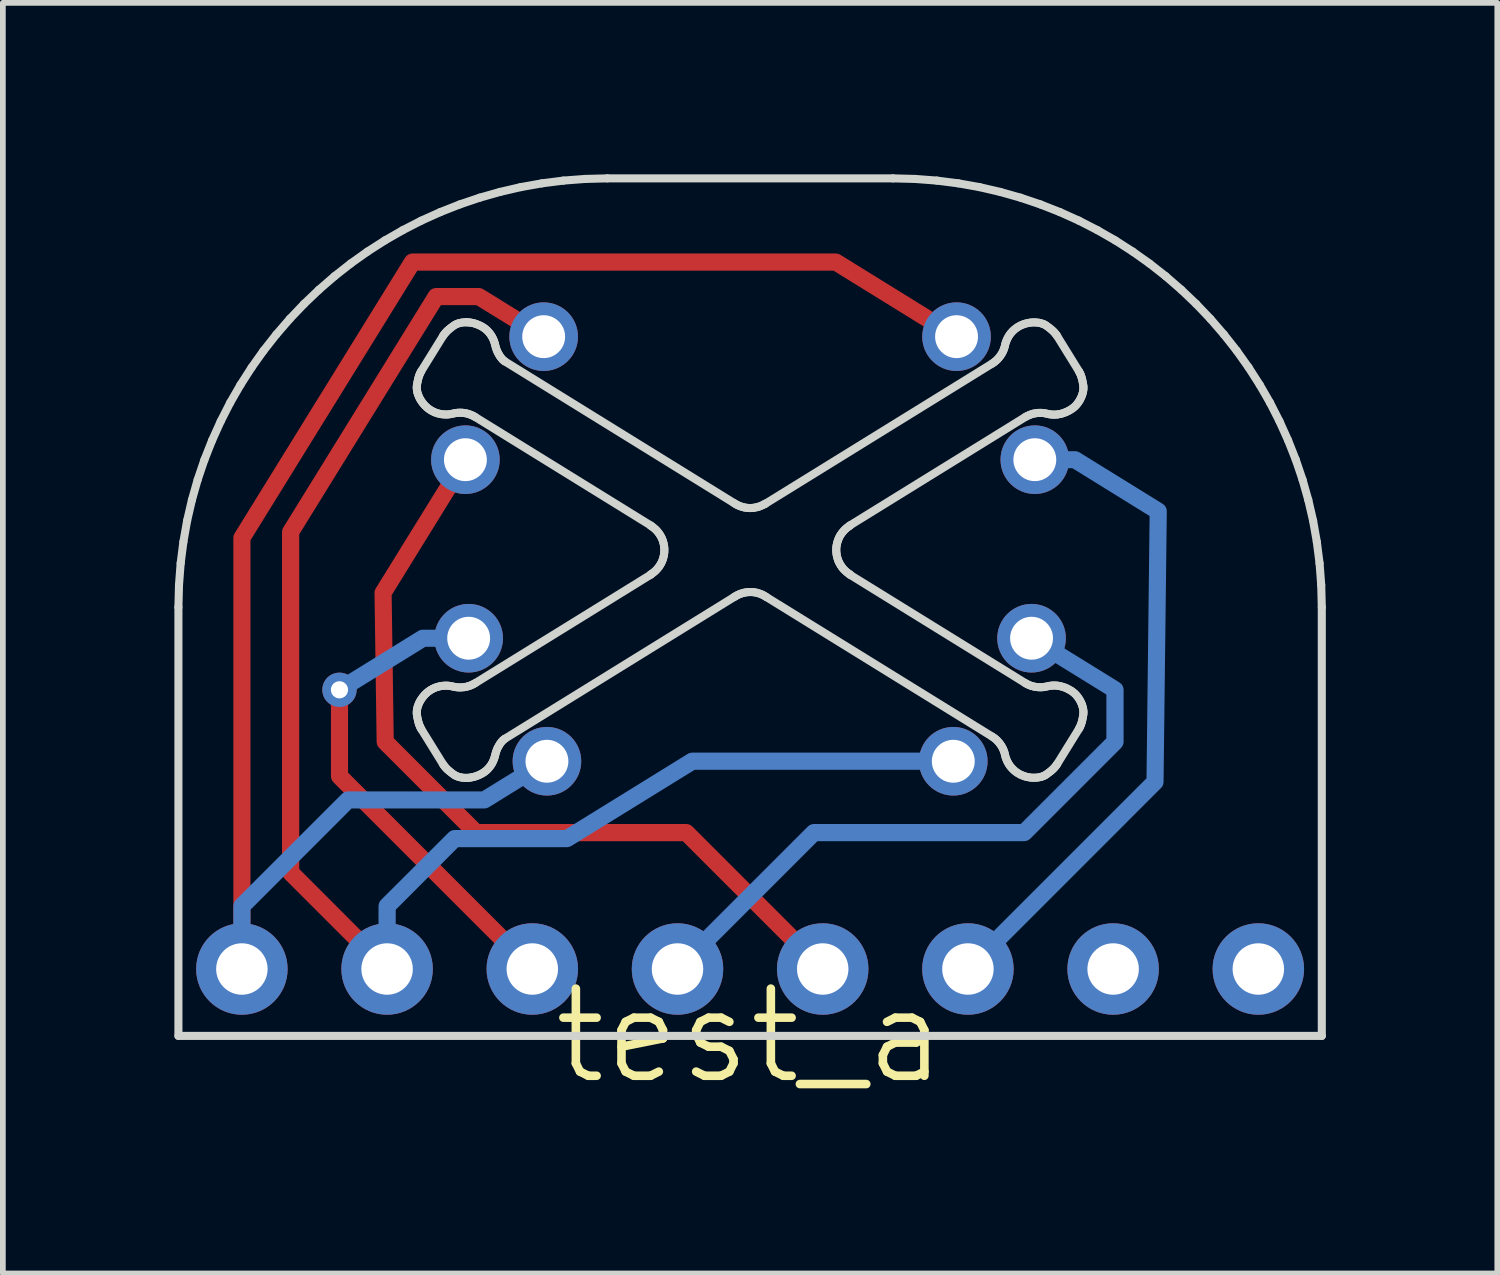
<source format=kicad_pcb>
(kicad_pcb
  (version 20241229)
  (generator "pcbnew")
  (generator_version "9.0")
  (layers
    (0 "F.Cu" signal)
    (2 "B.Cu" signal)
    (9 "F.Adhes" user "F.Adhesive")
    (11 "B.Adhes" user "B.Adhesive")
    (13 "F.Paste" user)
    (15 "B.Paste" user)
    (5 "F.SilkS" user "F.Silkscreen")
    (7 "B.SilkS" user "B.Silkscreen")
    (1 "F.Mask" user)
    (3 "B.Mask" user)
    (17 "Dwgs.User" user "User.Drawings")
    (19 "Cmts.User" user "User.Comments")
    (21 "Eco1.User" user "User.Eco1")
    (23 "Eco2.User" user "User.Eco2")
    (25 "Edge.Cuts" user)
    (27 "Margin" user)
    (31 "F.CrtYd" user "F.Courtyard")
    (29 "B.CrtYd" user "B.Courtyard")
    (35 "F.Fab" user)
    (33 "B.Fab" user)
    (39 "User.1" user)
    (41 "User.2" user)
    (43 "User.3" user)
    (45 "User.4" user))
  (footprint "test_a"
    (layer "F.Cu")
    (at 10.071 15.07)
    (property "Reference" "test_a" (at 0 0 0) (layer "F.SilkS") (effects (font (size 1.524 1.524) (thickness 0.15))))
    (attr through_hole)
    (fp_poly (pts (xy -7.186 -6.207) (xy -7.225 -6.201) (xy -7.26 -6.185) (xy -7.29 -6.161) (xy -7.313 -6.13) (xy -7.327 -6.094) (xy -7.332 -6.055) (xy -7.332 -4.543) (xy -7.327 -4.504) (xy -7.313 -4.469) (xy -7.289 -4.437) (xy -3.916 -1.064) (xy -3.86 -1.023) (xy -3.802 -1.012) (xy -3.746 -1.025) (xy -3.699 -1.058) (xy -3.666 -1.105) (xy -3.651 -1.161) (xy -3.662 -1.219) (xy -3.703 -1.275) (xy -7.033 -4.605) (xy -7.033 -6.055) (xy -7.038 -6.095) (xy -7.053 -6.132) (xy -7.077 -6.163) (xy -7.108 -6.187) (xy -7.145 -6.202) (xy -7.186 -6.207)) (stroke (width 0.000001) (type solid)) (fill yes) (layer "F.Cu"))
    (fp_poly (pts (xy -5.906 -13.686) (xy -5.945 -13.681) (xy -5.98 -13.666) (xy -6.011 -13.644) (xy -6.035 -13.613) (xy -9.018 -8.789) (xy -9.03 -8.764) (xy -9.037 -8.737) (xy -9.039 -8.709) (xy -9.039 -1.17) (xy -9.031 -1.098) (xy -8.998 -1.047) (xy -8.948 -1.017) (xy -8.89 -1.006) (xy -8.831 -1.017) (xy -8.781 -1.047) (xy -8.748 -1.098) (xy -8.74 -1.17) (xy -8.74 -8.668) (xy -5.822 -13.385) (xy 1.459 -13.385) (xy 3.531 -12.104) (xy 3.596 -12.074) (xy 3.656 -12.075) (xy 3.708 -12.101) (xy 3.747 -12.145) (xy 3.769 -12.199) (xy 3.77 -12.258) (xy 3.745 -12.313) (xy 3.689 -12.357) (xy 1.58 -13.662) (xy 1.555 -13.675) (xy 1.528 -13.683) (xy 1.5 -13.686) (xy -5.906 -13.686)) (stroke (width 0.000001) (type solid)) (fill yes) (layer "F.Cu"))
    (fp_poly (pts (xy -5.506 -13.082) (xy -5.54 -13.075) (xy -5.571 -13.06) (xy -5.598 -13.039) (xy -5.619 -13.012) (xy -8.164 -8.895) (xy -8.177 -8.87) (xy -8.185 -8.844) (xy -8.188 -8.816) (xy -8.188 -2.857) (xy -8.182 -2.818) (xy -8.167 -2.781) (xy -8.143 -2.75) (xy -6.457 -1.064) (xy -6.401 -1.023) (xy -6.343 -1.012) (xy -6.287 -1.025) (xy -6.24 -1.058) (xy -6.207 -1.105) (xy -6.192 -1.161) (xy -6.203 -1.219) (xy -6.244 -1.275) (xy -7.887 -2.92) (xy -7.887 -8.773) (xy -5.408 -12.783) (xy -4.791 -12.783) (xy -3.689 -12.104) (xy -3.625 -12.074) (xy -3.564 -12.075) (xy -3.512 -12.101) (xy -3.473 -12.145) (xy -3.451 -12.2) (xy -3.451 -12.258) (xy -3.476 -12.313) (xy -3.531 -12.357) (xy -4.668 -13.061) (xy -4.693 -13.073) (xy -4.72 -13.08) (xy -4.748 -13.082) (xy -5.492 -13.082) (xy -5.506 -13.082) (xy -5.506 -13.082)) (stroke (width 0.000001) (type solid)) (fill yes) (layer "F.Cu"))
    (fp_poly (pts (xy -4.988 -10.23) (xy -5.024 -10.224) (xy -5.057 -10.209) (xy -5.085 -10.187) (xy -5.107 -10.158) (xy -6.547 -7.83) (xy -6.56 -7.804) (xy -6.568 -7.777) (xy -6.57 -7.748) (xy -6.533 -5.141) (xy -6.527 -5.103) (xy -6.512 -5.067) (xy -6.488 -5.037) (xy -4.902 -3.451) (xy -4.871 -3.427) (xy -4.836 -3.412) (xy -4.797 -3.406) (xy -1.178 -3.406) (xy 1.164 -1.064) (xy 1.22 -1.023) (xy 1.278 -1.012) (xy 1.334 -1.025) (xy 1.381 -1.058) (xy 1.415 -1.105) (xy 1.429 -1.161) (xy 1.418 -1.219) (xy 1.377 -1.275) (xy -1.01 -3.662) (xy -1.041 -3.687) (xy -1.078 -3.702) (xy -1.117 -3.707) (xy -4.734 -3.707) (xy -6.234 -5.207) (xy -6.27 -7.709) (xy -4.854 -10) (xy -4.834 -10.046) (xy -4.83 -10.092) (xy -4.841 -10.136) (xy -4.863 -10.175) (xy -4.897 -10.206) (xy -4.939 -10.225) (xy -4.988 -10.23)) (stroke (width 0.000001) (type solid)) (fill yes) (layer "F.Cu"))
    (fp_poly (pts (xy -5.738 -7.105) (xy -5.772 -7.098) (xy -5.803 -7.084) (xy -7.262 -6.181) (xy -7.311 -6.136) (xy -7.333 -6.082) (xy -7.332 -6.026) (xy -7.311 -5.974) (xy -7.274 -5.932) (xy -7.224 -5.906) (xy -7.166 -5.902) (xy -7.104 -5.926) (xy -5.68 -6.806) (xy -4.924 -6.806) (xy -4.852 -6.814) (xy -4.801 -6.848) (xy -4.771 -6.898) (xy -4.76 -6.956) (xy -4.771 -7.014) (xy -4.801 -7.064) (xy -4.852 -7.097) (xy -4.924 -7.105) (xy -5.723 -7.105) (xy -5.738 -7.105) (xy -5.738 -7.105)) (stroke (width 0.000001) (type solid)) (fill yes) (layer "B.Cu"))
    (fp_poly (pts (xy -3.566 -4.955) (xy -3.601 -4.947) (xy -3.633 -4.931) (xy -4.691 -4.277) (xy -7.031 -4.277) (xy -7.071 -4.273) (xy -7.107 -4.258) (xy -7.139 -4.234) (xy -8.996 -2.377) (xy -9.02 -2.345) (xy -9.034 -2.309) (xy -9.039 -2.269) (xy -9.039 -1.17) (xy -9.031 -1.098) (xy -8.998 -1.047) (xy -8.948 -1.016) (xy -8.89 -1.006) (xy -8.831 -1.016) (xy -8.781 -1.047) (xy -8.748 -1.098) (xy -8.74 -1.17) (xy -8.74 -2.207) (xy -6.971 -3.978) (xy -4.648 -3.978) (xy -4.621 -3.981) (xy -4.595 -3.988) (xy -4.57 -4) (xy -3.475 -4.678) (xy -3.433 -4.714) (xy -3.41 -4.758) (xy -3.403 -4.805) (xy -3.411 -4.853) (xy -3.432 -4.895) (xy -3.466 -4.929) (xy -3.512 -4.95) (xy -3.566 -4.955) (xy -3.566 -4.955)) (stroke (width 0.000001) (type solid)) (fill yes) (layer "B.Cu"))
    (fp_poly (pts (xy 4.965 -10.228) (xy 4.905 -10.209) (xy 4.863 -10.172) (xy 4.84 -10.125) (xy 4.834 -10.072) (xy 4.845 -10.02) (xy 4.874 -9.975) (xy 4.919 -9.943) (xy 4.98 -9.93) (xy 5.637 -9.93) (xy 6.988 -9.094) (xy 6.934 -4.506) (xy 3.703 -1.275) (xy 3.662 -1.219) (xy 3.651 -1.161) (xy 3.666 -1.105) (xy 3.699 -1.058) (xy 3.746 -1.025) (xy 3.802 -1.012) (xy 3.86 -1.023) (xy 3.916 -1.064) (xy 7.189 -4.338) (xy 7.213 -4.368) (xy 7.227 -4.403) (xy 7.232 -4.441) (xy 7.289 -9.176) (xy 7.285 -9.214) (xy 7.271 -9.249) (xy 7.249 -9.28) (xy 7.219 -9.305) (xy 5.76 -10.207) (xy 5.735 -10.219) (xy 5.708 -10.226) (xy 5.68 -10.228) (xy 4.98 -10.228) (xy 4.965 -10.228) (xy 4.965 -10.228)) (stroke (width 0.000001) (type solid)) (fill yes) (layer "B.Cu"))
    (fp_poly (pts (xy -1.014 -4.955) (xy -1.042 -4.952) (xy -1.069 -4.944) (xy -1.094 -4.931) (xy -3.246 -3.601) (xy -5.168 -3.601) (xy -5.207 -3.596) (xy -5.244 -3.581) (xy -5.275 -3.556) (xy -6.457 -2.377) (xy -6.481 -2.345) (xy -6.495 -2.309) (xy -6.5 -2.269) (xy -6.5 -1.17) (xy -6.487 -1.104) (xy -6.453 -1.057) (xy -6.405 -1.029) (xy -6.35 -1.019) (xy -6.294 -1.029) (xy -6.246 -1.057) (xy -6.212 -1.104) (xy -6.199 -1.17) (xy -6.199 -2.207) (xy -5.107 -3.301) (xy -3.203 -3.301) (xy -3.176 -3.304) (xy -3.149 -3.312) (xy -3.125 -3.324) (xy -0.971 -4.654) (xy 3.555 -4.654) (xy 3.62 -4.667) (xy 3.667 -4.701) (xy 3.696 -4.749) (xy 3.705 -4.804) (xy 3.696 -4.86) (xy 3.667 -4.908) (xy 3.62 -4.942) (xy 3.555 -4.955) (xy -1.014 -4.955)) (stroke (width 0.000001) (type solid)) (fill yes) (layer "B.Cu"))
    (fp_poly (pts (xy 4.916 -7.107) (xy 4.864 -7.097) (xy 4.823 -7.073) (xy 4.793 -7.037) (xy 4.775 -6.995) (xy 4.77 -6.949) (xy 4.779 -6.903) (xy 4.803 -6.862) (xy 4.844 -6.828) (xy 6.232 -5.971) (xy 6.232 -5.205) (xy 4.734 -3.707) (xy 1.117 -3.707) (xy 1.078 -3.702) (xy 1.041 -3.686) (xy 1.01 -3.662) (xy -1.377 -1.275) (xy -1.418 -1.219) (xy -1.429 -1.161) (xy -1.414 -1.105) (xy -1.381 -1.058) (xy -1.334 -1.025) (xy -1.278 -1.012) (xy -1.22 -1.023) (xy -1.164 -1.064) (xy 1.178 -3.406) (xy 4.797 -3.406) (xy 4.836 -3.412) (xy 4.871 -3.427) (xy 4.902 -3.451) (xy 6.488 -5.037) (xy 6.512 -5.068) (xy 6.528 -5.104) (xy 6.533 -5.142) (xy 6.533 -6.055) (xy 6.528 -6.092) (xy 6.514 -6.127) (xy 6.492 -6.157) (xy 6.463 -6.181) (xy 5.002 -7.084) (xy 4.975 -7.097) (xy 4.946 -7.105) (xy 4.916 -7.107) (xy 4.916 -7.107)) (stroke (width 0.000001) (type solid)) (fill yes) (layer "B.Cu"))
    (fp_line (start -10 -7.5) (end -10 0) (stroke (width 0.141) (type solid)) (layer "Edge.Cuts"))
    (fp_line (start -10 0) (end 10 0) (stroke (width 0.141) (type solid)) (layer "Edge.Cuts"))
    (fp_line (start -9.99 -7.886) (end -10 -7.5) (stroke (width 0.141) (type solid)) (layer "Edge.Cuts"))
    (fp_line (start -9.961 -8.267) (end -9.99 -7.886) (stroke (width 0.141) (type solid)) (layer "Edge.Cuts"))
    (fp_line (start -9.913 -8.642) (end -9.961 -8.267) (stroke (width 0.141) (type solid)) (layer "Edge.Cuts"))
    (fp_line (start -9.848 -9.011) (end -9.913 -8.642) (stroke (width 0.141) (type solid)) (layer "Edge.Cuts"))
    (fp_line (start -9.764 -9.374) (end -9.848 -9.011) (stroke (width 0.141) (type solid)) (layer "Edge.Cuts"))
    (fp_line (start -9.663 -9.73) (end -9.764 -9.374) (stroke (width 0.141) (type solid)) (layer "Edge.Cuts"))
    (fp_line (start -9.545 -10.078) (end -9.663 -9.73) (stroke (width 0.141) (type solid)) (layer "Edge.Cuts"))
    (fp_line (start -9.41 -10.419) (end -9.545 -10.078) (stroke (width 0.141) (type solid)) (layer "Edge.Cuts"))
    (fp_line (start -9.26 -10.751) (end -9.41 -10.419) (stroke (width 0.141) (type solid)) (layer "Edge.Cuts"))
    (fp_line (start -9.095 -11.075) (end -9.26 -10.751) (stroke (width 0.141) (type solid)) (layer "Edge.Cuts"))
    (fp_line (start -8.914 -11.389) (end -9.095 -11.075) (stroke (width 0.141) (type solid)) (layer "Edge.Cuts"))
    (fp_line (start -8.719 -11.693) (end -8.914 -11.389) (stroke (width 0.141) (type solid)) (layer "Edge.Cuts"))
    (fp_line (start -8.51 -11.987) (end -8.719 -11.693) (stroke (width 0.141) (type solid)) (layer "Edge.Cuts"))
    (fp_line (start -8.287 -12.27) (end -8.51 -11.987) (stroke (width 0.141) (type solid)) (layer "Edge.Cuts"))
    (fp_line (start -8.052 -12.542) (end -8.287 -12.27) (stroke (width 0.141) (type solid)) (layer "Edge.Cuts"))
    (fp_line (start -7.803 -12.803) (end -8.052 -12.542) (stroke (width 0.141) (type solid)) (layer "Edge.Cuts"))
    (fp_line (start -7.543 -13.051) (end -7.803 -12.803) (stroke (width 0.141) (type solid)) (layer "Edge.Cuts"))
    (fp_line (start -7.271 -13.287) (end -7.543 -13.051) (stroke (width 0.141) (type solid)) (layer "Edge.Cuts"))
    (fp_line (start -6.987 -13.51) (end -7.271 -13.287) (stroke (width 0.141) (type solid)) (layer "Edge.Cuts"))
    (fp_line (start -6.693 -13.719) (end -6.987 -13.51) (stroke (width 0.141) (type solid)) (layer "Edge.Cuts"))
    (fp_line (start -6.389 -13.914) (end -6.693 -13.719) (stroke (width 0.141) (type solid)) (layer "Edge.Cuts"))
    (fp_line (start -6.075 -14.094) (end -6.389 -13.914) (stroke (width 0.141) (type solid)) (layer "Edge.Cuts"))
    (fp_line (start -5.831 -11.35) (end -5.83 -11.317) (stroke (width 0.141) (type solid)) (layer "Edge.Cuts"))
    (fp_line (start -5.831 -5.646) (end -5.828 -5.614) (stroke (width 0.141) (type solid)) (layer "Edge.Cuts"))
    (fp_line (start -5.83 -5.68) (end -5.831 -5.646) (stroke (width 0.141) (type solid)) (layer "Edge.Cuts"))
    (fp_line (start -5.83 -11.317) (end -5.825 -11.281) (stroke (width 0.141) (type solid)) (layer "Edge.Cuts"))
    (fp_line (start -5.828 -11.382) (end -5.831 -11.35) (stroke (width 0.141) (type solid)) (layer "Edge.Cuts"))
    (fp_line (start -5.828 -5.614) (end -5.819 -5.562) (stroke (width 0.141) (type solid)) (layer "Edge.Cuts"))
    (fp_line (start -5.825 -11.281) (end -5.817 -11.245) (stroke (width 0.141) (type solid)) (layer "Edge.Cuts"))
    (fp_line (start -5.825 -5.715) (end -5.83 -5.68) (stroke (width 0.141) (type solid)) (layer "Edge.Cuts"))
    (fp_line (start -5.819 -11.434) (end -5.828 -11.382) (stroke (width 0.141) (type solid)) (layer "Edge.Cuts"))
    (fp_line (start -5.819 -5.562) (end -5.809 -5.517) (stroke (width 0.141) (type solid)) (layer "Edge.Cuts"))
    (fp_line (start -5.817 -11.245) (end -5.804 -11.208) (stroke (width 0.141) (type solid)) (layer "Edge.Cuts"))
    (fp_line (start -5.817 -5.751) (end -5.825 -5.715) (stroke (width 0.141) (type solid)) (layer "Edge.Cuts"))
    (fp_line (start -5.809 -11.479) (end -5.819 -11.434) (stroke (width 0.141) (type solid)) (layer "Edge.Cuts"))
    (fp_line (start -5.809 -5.517) (end -5.799 -5.478) (stroke (width 0.141) (type solid)) (layer "Edge.Cuts"))
    (fp_line (start -5.804 -5.788) (end -5.817 -5.751) (stroke (width 0.141) (type solid)) (layer "Edge.Cuts"))
    (fp_line (start -5.804 -11.208) (end -5.789 -11.172) (stroke (width 0.141) (type solid)) (layer "Edge.Cuts"))
    (fp_line (start -5.799 -11.518) (end -5.809 -11.479) (stroke (width 0.141) (type solid)) (layer "Edge.Cuts"))
    (fp_line (start -5.799 -5.478) (end -5.788 -5.444) (stroke (width 0.141) (type solid)) (layer "Edge.Cuts"))
    (fp_line (start -5.789 -11.172) (end -5.77 -11.135) (stroke (width 0.141) (type solid)) (layer "Edge.Cuts"))
    (fp_line (start -5.789 -5.825) (end -5.804 -5.788) (stroke (width 0.141) (type solid)) (layer "Edge.Cuts"))
    (fp_line (start -5.788 -11.552) (end -5.799 -11.518) (stroke (width 0.141) (type solid)) (layer "Edge.Cuts"))
    (fp_line (start -5.788 -5.444) (end -5.776 -5.415) (stroke (width 0.141) (type solid)) (layer "Edge.Cuts"))
    (fp_line (start -5.776 -11.581) (end -5.788 -11.552) (stroke (width 0.141) (type solid)) (layer "Edge.Cuts"))
    (fp_line (start -5.776 -5.415) (end -5.764 -5.389) (stroke (width 0.141) (type solid)) (layer "Edge.Cuts"))
    (fp_line (start -5.77 -5.861) (end -5.789 -5.825) (stroke (width 0.141) (type solid)) (layer "Edge.Cuts"))
    (fp_line (start -5.77 -11.135) (end -5.747 -11.099) (stroke (width 0.141) (type solid)) (layer "Edge.Cuts"))
    (fp_line (start -5.764 -11.607) (end -5.776 -11.581) (stroke (width 0.141) (type solid)) (layer "Edge.Cuts"))
    (fp_line (start -5.764 -5.389) (end -5.75 -5.364) (stroke (width 0.141) (type solid)) (layer "Edge.Cuts"))
    (fp_line (start -5.752 -14.26) (end -6.075 -14.094) (stroke (width 0.141) (type solid)) (layer "Edge.Cuts"))
    (fp_line (start -5.75 -11.632) (end -5.764 -11.607) (stroke (width 0.141) (type solid)) (layer "Edge.Cuts"))
    (fp_line (start -5.75 -5.364) (end -5.373 -4.755) (stroke (width 0.141) (type solid)) (layer "Edge.Cuts"))
    (fp_line (start -5.747 -5.897) (end -5.77 -5.861) (stroke (width 0.141) (type solid)) (layer "Edge.Cuts"))
    (fp_line (start -5.747 -11.099) (end -5.721 -11.064) (stroke (width 0.141) (type solid)) (layer "Edge.Cuts"))
    (fp_line (start -5.721 -5.932) (end -5.747 -5.897) (stroke (width 0.141) (type solid)) (layer "Edge.Cuts"))
    (fp_line (start -5.721 -11.064) (end -5.692 -11.03) (stroke (width 0.141) (type solid)) (layer "Edge.Cuts"))
    (fp_line (start -5.692 -5.966) (end -5.721 -5.932) (stroke (width 0.141) (type solid)) (layer "Edge.Cuts"))
    (fp_line (start -5.692 -11.03) (end -5.66 -10.999) (stroke (width 0.141) (type solid)) (layer "Edge.Cuts"))
    (fp_line (start -5.66 -10.999) (end -5.625 -10.97) (stroke (width 0.141) (type solid)) (layer "Edge.Cuts"))
    (fp_line (start -5.66 -5.997) (end -5.692 -5.966) (stroke (width 0.141) (type solid)) (layer "Edge.Cuts"))
    (fp_line (start -5.625 -10.97) (end -5.587 -10.944) (stroke (width 0.141) (type solid)) (layer "Edge.Cuts"))
    (fp_line (start -5.625 -6.026) (end -5.66 -5.997) (stroke (width 0.141) (type solid)) (layer "Edge.Cuts"))
    (fp_line (start -5.587 -10.944) (end -5.551 -10.924) (stroke (width 0.141) (type solid)) (layer "Edge.Cuts"))
    (fp_line (start -5.587 -6.052) (end -5.625 -6.026) (stroke (width 0.141) (type solid)) (layer "Edge.Cuts"))
    (fp_line (start -5.551 -10.924) (end -5.514 -10.907) (stroke (width 0.141) (type solid)) (layer "Edge.Cuts"))
    (fp_line (start -5.551 -6.072) (end -5.587 -6.052) (stroke (width 0.141) (type solid)) (layer "Edge.Cuts"))
    (fp_line (start -5.514 -10.907) (end -5.476 -10.893) (stroke (width 0.141) (type solid)) (layer "Edge.Cuts"))
    (fp_line (start -5.514 -6.089) (end -5.551 -6.072) (stroke (width 0.141) (type solid)) (layer "Edge.Cuts"))
    (fp_line (start -5.476 -10.893) (end -5.438 -10.883) (stroke (width 0.141) (type solid)) (layer "Edge.Cuts"))
    (fp_line (start -5.476 -6.103) (end -5.514 -6.089) (stroke (width 0.141) (type solid)) (layer "Edge.Cuts"))
    (fp_line (start -5.438 -10.883) (end -5.398 -10.875) (stroke (width 0.141) (type solid)) (layer "Edge.Cuts"))
    (fp_line (start -5.438 -6.113) (end -5.476 -6.103) (stroke (width 0.141) (type solid)) (layer "Edge.Cuts"))
    (fp_line (start -5.419 -14.41) (end -5.752 -14.26) (stroke (width 0.141) (type solid)) (layer "Edge.Cuts"))
    (fp_line (start -5.398 -10.875) (end -5.358 -10.871) (stroke (width 0.141) (type solid)) (layer "Edge.Cuts"))
    (fp_line (start -5.398 -6.121) (end -5.438 -6.113) (stroke (width 0.141) (type solid)) (layer "Edge.Cuts"))
    (fp_line (start -5.373 -12.241) (end -5.75 -11.632) (stroke (width 0.141) (type solid)) (layer "Edge.Cuts"))
    (fp_line (start -5.373 -4.755) (end -5.357 -4.731) (stroke (width 0.141) (type solid)) (layer "Edge.Cuts"))
    (fp_line (start -5.358 -10.871) (end -5.318 -10.869) (stroke (width 0.141) (type solid)) (layer "Edge.Cuts"))
    (fp_line (start -5.358 -6.125) (end -5.398 -6.121) (stroke (width 0.141) (type solid)) (layer "Edge.Cuts"))
    (fp_line (start -5.357 -12.265) (end -5.373 -12.241) (stroke (width 0.141) (type solid)) (layer "Edge.Cuts"))
    (fp_line (start -5.357 -4.731) (end -5.339 -4.708) (stroke (width 0.141) (type solid)) (layer "Edge.Cuts"))
    (fp_line (start -5.339 -12.288) (end -5.357 -12.265) (stroke (width 0.141) (type solid)) (layer "Edge.Cuts"))
    (fp_line (start -5.339 -4.708) (end -5.318 -4.684) (stroke (width 0.141) (type solid)) (layer "Edge.Cuts"))
    (fp_line (start -5.318 -12.312) (end -5.339 -12.288) (stroke (width 0.141) (type solid)) (layer "Edge.Cuts"))
    (fp_line (start -5.318 -4.684) (end -5.293 -4.659) (stroke (width 0.141) (type solid)) (layer "Edge.Cuts"))
    (fp_line (start -5.318 -10.869) (end -5.278 -10.871) (stroke (width 0.141) (type solid)) (layer "Edge.Cuts"))
    (fp_line (start -5.318 -6.127) (end -5.358 -6.125) (stroke (width 0.141) (type solid)) (layer "Edge.Cuts"))
    (fp_line (start -5.293 -12.337) (end -5.318 -12.312) (stroke (width 0.141) (type solid)) (layer "Edge.Cuts"))
    (fp_line (start -5.293 -4.659) (end -5.263 -4.633) (stroke (width 0.141) (type solid)) (layer "Edge.Cuts"))
    (fp_line (start -5.278 -10.871) (end -5.238 -10.877) (stroke (width 0.141) (type solid)) (layer "Edge.Cuts"))
    (fp_line (start -5.278 -6.125) (end -5.318 -6.127) (stroke (width 0.141) (type solid)) (layer "Edge.Cuts"))
    (fp_line (start -5.263 -12.363) (end -5.293 -12.337) (stroke (width 0.141) (type solid)) (layer "Edge.Cuts"))
    (fp_line (start -5.263 -4.633) (end -5.227 -4.604) (stroke (width 0.141) (type solid)) (layer "Edge.Cuts"))
    (fp_line (start -5.238 -10.877) (end -5.198 -10.885) (stroke (width 0.141) (type solid)) (layer "Edge.Cuts"))
    (fp_line (start -5.238 -6.119) (end -5.278 -6.125) (stroke (width 0.141) (type solid)) (layer "Edge.Cuts"))
    (fp_line (start -5.227 -12.392) (end -5.263 -12.363) (stroke (width 0.141) (type solid)) (layer "Edge.Cuts"))
    (fp_line (start -5.227 -4.604) (end -5.184 -4.572) (stroke (width 0.141) (type solid)) (layer "Edge.Cuts"))
    (fp_line (start -5.198 -10.885) (end -5.158 -10.894) (stroke (width 0.141) (type solid)) (layer "Edge.Cuts"))
    (fp_line (start -5.198 -6.111) (end -5.238 -6.119) (stroke (width 0.141) (type solid)) (layer "Edge.Cuts"))
    (fp_line (start -5.184 -12.424) (end -5.227 -12.392) (stroke (width 0.141) (type solid)) (layer "Edge.Cuts"))
    (fp_line (start -5.184 -4.572) (end -5.155 -4.554) (stroke (width 0.141) (type solid)) (layer "Edge.Cuts"))
    (fp_line (start -5.158 -10.894) (end -5.118 -10.899) (stroke (width 0.141) (type solid)) (layer "Edge.Cuts"))
    (fp_line (start -5.158 -6.102) (end -5.198 -6.111) (stroke (width 0.141) (type solid)) (layer "Edge.Cuts"))
    (fp_line (start -5.155 -12.442) (end -5.184 -12.424) (stroke (width 0.141) (type solid)) (layer "Edge.Cuts"))
    (fp_line (start -5.155 -4.554) (end -5.121 -4.539) (stroke (width 0.141) (type solid)) (layer "Edge.Cuts"))
    (fp_line (start -5.121 -12.457) (end -5.155 -12.442) (stroke (width 0.141) (type solid)) (layer "Edge.Cuts"))
    (fp_line (start -5.121 -4.539) (end -5.085 -4.527) (stroke (width 0.141) (type solid)) (layer "Edge.Cuts"))
    (fp_line (start -5.118 -10.899) (end -5.077 -10.901) (stroke (width 0.141) (type solid)) (layer "Edge.Cuts"))
    (fp_line (start -5.118 -6.097) (end -5.158 -6.102) (stroke (width 0.141) (type solid)) (layer "Edge.Cuts"))
    (fp_line (start -5.085 -12.469) (end -5.121 -12.457) (stroke (width 0.141) (type solid)) (layer "Edge.Cuts"))
    (fp_line (start -5.085 -4.527) (end -5.045 -4.519) (stroke (width 0.141) (type solid)) (layer "Edge.Cuts"))
    (fp_line (start -5.079 -14.544) (end -5.419 -14.41) (stroke (width 0.141) (type solid)) (layer "Edge.Cuts"))
    (fp_line (start -5.077 -10.901) (end -5.037 -10.9) (stroke (width 0.141) (type solid)) (layer "Edge.Cuts"))
    (fp_line (start -5.077 -6.095) (end -5.118 -6.097) (stroke (width 0.141) (type solid)) (layer "Edge.Cuts"))
    (fp_line (start -5.045 -12.477) (end -5.085 -12.469) (stroke (width 0.141) (type solid)) (layer "Edge.Cuts"))
    (fp_line (start -5.045 -4.519) (end -5.002 -4.514) (stroke (width 0.141) (type solid)) (layer "Edge.Cuts"))
    (fp_line (start -5.037 -10.9) (end -4.998 -10.895) (stroke (width 0.141) (type solid)) (layer "Edge.Cuts"))
    (fp_line (start -5.037 -6.097) (end -5.077 -6.095) (stroke (width 0.141) (type solid)) (layer "Edge.Cuts"))
    (fp_line (start -5.002 -12.482) (end -5.045 -12.477) (stroke (width 0.141) (type solid)) (layer "Edge.Cuts"))
    (fp_line (start -5.002 -4.514) (end -4.958 -4.513) (stroke (width 0.141) (type solid)) (layer "Edge.Cuts"))
    (fp_line (start -4.998 -10.895) (end -4.959 -10.888) (stroke (width 0.141) (type solid)) (layer "Edge.Cuts"))
    (fp_line (start -4.998 -6.101) (end -5.037 -6.097) (stroke (width 0.141) (type solid)) (layer "Edge.Cuts"))
    (fp_line (start -4.959 -10.888) (end -4.92 -10.877) (stroke (width 0.141) (type solid)) (layer "Edge.Cuts"))
    (fp_line (start -4.959 -6.108) (end -4.998 -6.101) (stroke (width 0.141) (type solid)) (layer "Edge.Cuts"))
    (fp_line (start -4.958 -12.483) (end -4.958 -12.483) (stroke (width 0.141) (type solid)) (layer "Edge.Cuts"))
    (fp_line (start -4.958 -12.483) (end -5.002 -12.482) (stroke (width 0.141) (type solid)) (layer "Edge.Cuts"))
    (fp_line (start -4.958 -4.513) (end -4.924 -4.515) (stroke (width 0.141) (type solid)) (layer "Edge.Cuts"))
    (fp_line (start -4.924 -12.481) (end -4.958 -12.483) (stroke (width 0.141) (type solid)) (layer "Edge.Cuts"))
    (fp_line (start -4.924 -4.515) (end -4.89 -4.519) (stroke (width 0.141) (type solid)) (layer "Edge.Cuts"))
    (fp_line (start -4.92 -10.877) (end -4.883 -10.863) (stroke (width 0.141) (type solid)) (layer "Edge.Cuts"))
    (fp_line (start -4.92 -6.119) (end -4.959 -6.108) (stroke (width 0.141) (type solid)) (layer "Edge.Cuts"))
    (fp_line (start -4.89 -12.477) (end -4.924 -12.481) (stroke (width 0.141) (type solid)) (layer "Edge.Cuts"))
    (fp_line (start -4.89 -4.519) (end -4.854 -4.526) (stroke (width 0.141) (type solid)) (layer "Edge.Cuts"))
    (fp_line (start -4.883 -10.863) (end -4.846 -10.847) (stroke (width 0.141) (type solid)) (layer "Edge.Cuts"))
    (fp_line (start -4.883 -6.133) (end -4.92 -6.119) (stroke (width 0.141) (type solid)) (layer "Edge.Cuts"))
    (fp_line (start -4.854 -12.471) (end -4.89 -12.477) (stroke (width 0.141) (type solid)) (layer "Edge.Cuts"))
    (fp_line (start -4.854 -4.526) (end -4.818 -4.535) (stroke (width 0.141) (type solid)) (layer "Edge.Cuts"))
    (fp_line (start -4.846 -10.847) (end -4.811 -10.827) (stroke (width 0.141) (type solid)) (layer "Edge.Cuts"))
    (fp_line (start -4.846 -6.15) (end -4.883 -6.133) (stroke (width 0.141) (type solid)) (layer "Edge.Cuts"))
    (fp_line (start -4.818 -12.461) (end -4.854 -12.471) (stroke (width 0.141) (type solid)) (layer "Edge.Cuts"))
    (fp_line (start -4.818 -4.535) (end -4.782 -4.547) (stroke (width 0.141) (type solid)) (layer "Edge.Cuts"))
    (fp_line (start -4.811 -10.827) (end -1.737 -8.927) (stroke (width 0.141) (type solid)) (layer "Edge.Cuts"))
    (fp_line (start -4.811 -6.169) (end -4.846 -6.15) (stroke (width 0.141) (type solid)) (layer "Edge.Cuts"))
    (fp_line (start -4.782 -12.449) (end -4.818 -12.461) (stroke (width 0.141) (type solid)) (layer "Edge.Cuts"))
    (fp_line (start -4.782 -4.547) (end -4.745 -4.562) (stroke (width 0.141) (type solid)) (layer "Edge.Cuts"))
    (fp_line (start -4.745 -12.434) (end -4.782 -12.449) (stroke (width 0.141) (type solid)) (layer "Edge.Cuts"))
    (fp_line (start -4.745 -4.562) (end -4.708 -4.58) (stroke (width 0.141) (type solid)) (layer "Edge.Cuts"))
    (fp_line (start -4.73 -14.662) (end -5.079 -14.544) (stroke (width 0.141) (type solid)) (layer "Edge.Cuts"))
    (fp_line (start -4.708 -12.416) (end -4.745 -12.434) (stroke (width 0.141) (type solid)) (layer "Edge.Cuts"))
    (fp_line (start -4.708 -4.58) (end -4.67 -4.602) (stroke (width 0.141) (type solid)) (layer "Edge.Cuts"))
    (fp_line (start -4.67 -12.394) (end -4.708 -12.416) (stroke (width 0.141) (type solid)) (layer "Edge.Cuts"))
    (fp_line (start -4.67 -4.602) (end -4.64 -4.622) (stroke (width 0.141) (type solid)) (layer "Edge.Cuts"))
    (fp_line (start -4.64 -12.374) (end -4.67 -12.394) (stroke (width 0.141) (type solid)) (layer "Edge.Cuts"))
    (fp_line (start -4.64 -4.622) (end -4.612 -4.645) (stroke (width 0.141) (type solid)) (layer "Edge.Cuts"))
    (fp_line (start -4.612 -12.351) (end -4.64 -12.374) (stroke (width 0.141) (type solid)) (layer "Edge.Cuts"))
    (fp_line (start -4.612 -4.645) (end -4.585 -4.671) (stroke (width 0.141) (type solid)) (layer "Edge.Cuts"))
    (fp_line (start -4.585 -12.325) (end -4.612 -12.351) (stroke (width 0.141) (type solid)) (layer "Edge.Cuts"))
    (fp_line (start -4.585 -4.671) (end -4.56 -4.7) (stroke (width 0.141) (type solid)) (layer "Edge.Cuts"))
    (fp_line (start -4.56 -12.296) (end -4.585 -12.325) (stroke (width 0.141) (type solid)) (layer "Edge.Cuts"))
    (fp_line (start -4.56 -4.7) (end -4.537 -4.731) (stroke (width 0.141) (type solid)) (layer "Edge.Cuts"))
    (fp_line (start -4.537 -12.265) (end -4.56 -12.296) (stroke (width 0.141) (type solid)) (layer "Edge.Cuts"))
    (fp_line (start -4.537 -4.731) (end -4.516 -4.764) (stroke (width 0.141) (type solid)) (layer "Edge.Cuts"))
    (fp_line (start -4.516 -12.232) (end -4.537 -12.265) (stroke (width 0.141) (type solid)) (layer "Edge.Cuts"))
    (fp_line (start -4.516 -4.764) (end -4.498 -4.799) (stroke (width 0.141) (type solid)) (layer "Edge.Cuts"))
    (fp_line (start -4.498 -12.197) (end -4.516 -12.232) (stroke (width 0.141) (type solid)) (layer "Edge.Cuts"))
    (fp_line (start -4.498 -4.799) (end -4.482 -4.836) (stroke (width 0.141) (type solid)) (layer "Edge.Cuts"))
    (fp_line (start -4.482 -12.161) (end -4.498 -12.197) (stroke (width 0.141) (type solid)) (layer "Edge.Cuts"))
    (fp_line (start -4.482 -4.836) (end -4.469 -4.874) (stroke (width 0.141) (type solid)) (layer "Edge.Cuts"))
    (fp_line (start -4.469 -12.123) (end -4.482 -12.161) (stroke (width 0.141) (type solid)) (layer "Edge.Cuts"))
    (fp_line (start -4.469 -4.874) (end -4.459 -4.913) (stroke (width 0.141) (type solid)) (layer "Edge.Cuts"))
    (fp_line (start -4.459 -12.083) (end -4.469 -12.123) (stroke (width 0.141) (type solid)) (layer "Edge.Cuts"))
    (fp_line (start -4.459 -4.913) (end -4.447 -4.957) (stroke (width 0.141) (type solid)) (layer "Edge.Cuts"))
    (fp_line (start -4.447 -12.04) (end -4.459 -12.083) (stroke (width 0.141) (type solid)) (layer "Edge.Cuts"))
    (fp_line (start -4.447 -4.957) (end -4.433 -4.998) (stroke (width 0.141) (type solid)) (layer "Edge.Cuts"))
    (fp_line (start -4.433 -11.998) (end -4.447 -12.04) (stroke (width 0.141) (type solid)) (layer "Edge.Cuts"))
    (fp_line (start -4.433 -4.998) (end -4.416 -5.038) (stroke (width 0.141) (type solid)) (layer "Edge.Cuts"))
    (fp_line (start -4.416 -11.959) (end -4.433 -11.998) (stroke (width 0.141) (type solid)) (layer "Edge.Cuts"))
    (fp_line (start -4.416 -5.038) (end -4.396 -5.074) (stroke (width 0.141) (type solid)) (layer "Edge.Cuts"))
    (fp_line (start -4.396 -11.922) (end -4.416 -11.959) (stroke (width 0.141) (type solid)) (layer "Edge.Cuts"))
    (fp_line (start -4.396 -5.074) (end -4.376 -5.107) (stroke (width 0.141) (type solid)) (layer "Edge.Cuts"))
    (fp_line (start -4.376 -11.889) (end -4.396 -11.922) (stroke (width 0.141) (type solid)) (layer "Edge.Cuts"))
    (fp_line (start -4.376 -5.107) (end -4.354 -5.137) (stroke (width 0.141) (type solid)) (layer "Edge.Cuts"))
    (fp_line (start -4.374 -14.763) (end -4.73 -14.662) (stroke (width 0.141) (type solid)) (layer "Edge.Cuts"))
    (fp_line (start -4.354 -11.86) (end -4.376 -11.889) (stroke (width 0.141) (type solid)) (layer "Edge.Cuts"))
    (fp_line (start -4.354 -5.137) (end -4.333 -5.162) (stroke (width 0.141) (type solid)) (layer "Edge.Cuts"))
    (fp_line (start -4.333 -11.834) (end -4.354 -11.86) (stroke (width 0.141) (type solid)) (layer "Edge.Cuts"))
    (fp_line (start -4.333 -5.162) (end -4.311 -5.182) (stroke (width 0.141) (type solid)) (layer "Edge.Cuts"))
    (fp_line (start -4.311 -11.814) (end -4.333 -11.834) (stroke (width 0.141) (type solid)) (layer "Edge.Cuts"))
    (fp_line (start -4.311 -5.182) (end -4.291 -5.197) (stroke (width 0.141) (type solid)) (layer "Edge.Cuts"))
    (fp_line (start -4.291 -11.799) (end -4.311 -11.814) (stroke (width 0.141) (type solid)) (layer "Edge.Cuts"))
    (fp_line (start -4.291 -5.197) (end -0.281 -7.676) (stroke (width 0.141) (type solid)) (layer "Edge.Cuts"))
    (fp_line (start -4.012 -14.847) (end -4.374 -14.763) (stroke (width 0.141) (type solid)) (layer "Edge.Cuts"))
    (fp_line (start -3.642 -14.913) (end -4.012 -14.847) (stroke (width 0.141) (type solid)) (layer "Edge.Cuts"))
    (fp_line (start -3.267 -14.961) (end -3.642 -14.913) (stroke (width 0.141) (type solid)) (layer "Edge.Cuts"))
    (fp_line (start -2.886 -14.99) (end -3.267 -14.961) (stroke (width 0.141) (type solid)) (layer "Edge.Cuts"))
    (fp_line (start -2.5 -15) (end -2.886 -14.99) (stroke (width 0.141) (type solid)) (layer "Edge.Cuts"))
    (fp_line (start -1.738 -8.924) (end -1.705 -8.902) (stroke (width 0.141) (type solid)) (layer "Edge.Cuts"))
    (fp_line (start -1.738 -8.072) (end -1.737 -8.069) (stroke (width 0.141) (type solid)) (layer "Edge.Cuts"))
    (fp_line (start -1.737 -8.927) (end -1.738 -8.924) (stroke (width 0.141) (type solid)) (layer "Edge.Cuts"))
    (fp_line (start -1.737 -8.069) (end -4.811 -6.169) (stroke (width 0.141) (type solid)) (layer "Edge.Cuts"))
    (fp_line (start -1.705 -8.902) (end -1.674 -8.877) (stroke (width 0.141) (type solid)) (layer "Edge.Cuts"))
    (fp_line (start -1.705 -8.095) (end -1.738 -8.072) (stroke (width 0.141) (type solid)) (layer "Edge.Cuts"))
    (fp_line (start -1.674 -8.877) (end -1.645 -8.851) (stroke (width 0.141) (type solid)) (layer "Edge.Cuts"))
    (fp_line (start -1.674 -8.119) (end -1.705 -8.095) (stroke (width 0.141) (type solid)) (layer "Edge.Cuts"))
    (fp_line (start -1.645 -8.851) (end -1.619 -8.822) (stroke (width 0.141) (type solid)) (layer "Edge.Cuts"))
    (fp_line (start -1.645 -8.146) (end -1.674 -8.119) (stroke (width 0.141) (type solid)) (layer "Edge.Cuts"))
    (fp_line (start -1.619 -8.822) (end -1.595 -8.791) (stroke (width 0.141) (type solid)) (layer "Edge.Cuts"))
    (fp_line (start -1.619 -8.175) (end -1.645 -8.146) (stroke (width 0.141) (type solid)) (layer "Edge.Cuts"))
    (fp_line (start -1.595 -8.791) (end -1.573 -8.759) (stroke (width 0.141) (type solid)) (layer "Edge.Cuts"))
    (fp_line (start -1.595 -8.205) (end -1.619 -8.175) (stroke (width 0.141) (type solid)) (layer "Edge.Cuts"))
    (fp_line (start -1.573 -8.759) (end -1.554 -8.725) (stroke (width 0.141) (type solid)) (layer "Edge.Cuts"))
    (fp_line (start -1.573 -8.238) (end -1.595 -8.205) (stroke (width 0.141) (type solid)) (layer "Edge.Cuts"))
    (fp_line (start -1.554 -8.725) (end -1.538 -8.69) (stroke (width 0.141) (type solid)) (layer "Edge.Cuts"))
    (fp_line (start -1.554 -8.271) (end -1.573 -8.238) (stroke (width 0.141) (type solid)) (layer "Edge.Cuts"))
    (fp_line (start -1.538 -8.69) (end -1.524 -8.653) (stroke (width 0.141) (type solid)) (layer "Edge.Cuts"))
    (fp_line (start -1.538 -8.307) (end -1.554 -8.271) (stroke (width 0.141) (type solid)) (layer "Edge.Cuts"))
    (fp_line (start -1.524 -8.653) (end -1.514 -8.616) (stroke (width 0.141) (type solid)) (layer "Edge.Cuts"))
    (fp_line (start -1.524 -8.343) (end -1.538 -8.307) (stroke (width 0.141) (type solid)) (layer "Edge.Cuts"))
    (fp_line (start -1.514 -8.616) (end -1.506 -8.577) (stroke (width 0.141) (type solid)) (layer "Edge.Cuts"))
    (fp_line (start -1.514 -8.381) (end -1.524 -8.343) (stroke (width 0.141) (type solid)) (layer "Edge.Cuts"))
    (fp_line (start -1.506 -8.577) (end -1.501 -8.538) (stroke (width 0.141) (type solid)) (layer "Edge.Cuts"))
    (fp_line (start -1.506 -8.419) (end -1.514 -8.381) (stroke (width 0.141) (type solid)) (layer "Edge.Cuts"))
    (fp_line (start -1.501 -8.538) (end -1.5 -8.498) (stroke (width 0.141) (type solid)) (layer "Edge.Cuts"))
    (fp_line (start -1.501 -8.458) (end -1.506 -8.419) (stroke (width 0.141) (type solid)) (layer "Edge.Cuts"))
    (fp_line (start -1.5 -8.498) (end -1.501 -8.458) (stroke (width 0.141) (type solid)) (layer "Edge.Cuts"))
    (fp_line (start -0.281 -9.32) (end -4.291 -11.799) (stroke (width 0.141) (type solid)) (layer "Edge.Cuts"))
    (fp_line (start -0.281 -7.676) (end -0.258 -7.69) (stroke (width 0.141) (type solid)) (layer "Edge.Cuts"))
    (fp_line (start -0.258 -7.69) (end -0.224 -7.709) (stroke (width 0.141) (type solid)) (layer "Edge.Cuts"))
    (fp_line (start -0.249 -9.3) (end -0.281 -9.32) (stroke (width 0.141) (type solid)) (layer "Edge.Cuts"))
    (fp_line (start -0.224 -7.709) (end -0.188 -7.726) (stroke (width 0.141) (type solid)) (layer "Edge.Cuts"))
    (fp_line (start -0.216 -9.283) (end -0.249 -9.3) (stroke (width 0.141) (type solid)) (layer "Edge.Cuts"))
    (fp_line (start -0.188 -7.726) (end -0.152 -7.739) (stroke (width 0.141) (type solid)) (layer "Edge.Cuts"))
    (fp_line (start -0.182 -9.268) (end -0.216 -9.283) (stroke (width 0.141) (type solid)) (layer "Edge.Cuts"))
    (fp_line (start -0.152 -7.739) (end -0.114 -7.75) (stroke (width 0.141) (type solid)) (layer "Edge.Cuts"))
    (fp_line (start -0.147 -9.256) (end -0.182 -9.268) (stroke (width 0.141) (type solid)) (layer "Edge.Cuts"))
    (fp_line (start -0.114 -7.75) (end -0.076 -7.758) (stroke (width 0.141) (type solid)) (layer "Edge.Cuts"))
    (fp_line (start -0.111 -9.246) (end -0.147 -9.256) (stroke (width 0.141) (type solid)) (layer "Edge.Cuts"))
    (fp_line (start -0.076 -7.758) (end -0.037 -7.762) (stroke (width 0.141) (type solid)) (layer "Edge.Cuts"))
    (fp_line (start -0.075 -9.239) (end -0.111 -9.246) (stroke (width 0.141) (type solid)) (layer "Edge.Cuts"))
    (fp_line (start -0.037 -9.235) (end -0.075 -9.239) (stroke (width 0.141) (type solid)) (layer "Edge.Cuts"))
    (fp_line (start -0.037 -7.762) (end 0.003 -7.764) (stroke (width 0.141) (type solid)) (layer "Edge.Cuts"))
    (fp_line (start 0 -9.233) (end -0.037 -9.235) (stroke (width 0.141) (type solid)) (layer "Edge.Cuts"))
    (fp_line (start 0.003 -7.764) (end 0.04 -7.763) (stroke (width 0.141) (type solid)) (layer "Edge.Cuts"))
    (fp_line (start 0.039 -9.235) (end 0 -9.233) (stroke (width 0.141) (type solid)) (layer "Edge.Cuts"))
    (fp_line (start 0.04 -7.763) (end 0.077 -7.759) (stroke (width 0.141) (type solid)) (layer "Edge.Cuts"))
    (fp_line (start 0.077 -7.759) (end 0.114 -7.752) (stroke (width 0.141) (type solid)) (layer "Edge.Cuts"))
    (fp_line (start 0.078 -9.24) (end 0.039 -9.235) (stroke (width 0.141) (type solid)) (layer "Edge.Cuts"))
    (fp_line (start 0.114 -7.752) (end 0.15 -7.742) (stroke (width 0.141) (type solid)) (layer "Edge.Cuts"))
    (fp_line (start 0.117 -9.248) (end 0.078 -9.24) (stroke (width 0.141) (type solid)) (layer "Edge.Cuts"))
    (fp_line (start 0.15 -7.742) (end 0.185 -7.73) (stroke (width 0.141) (type solid)) (layer "Edge.Cuts"))
    (fp_line (start 0.155 -9.258) (end 0.117 -9.248) (stroke (width 0.141) (type solid)) (layer "Edge.Cuts"))
    (fp_line (start 0.185 -7.73) (end 0.219 -7.715) (stroke (width 0.141) (type solid)) (layer "Edge.Cuts"))
    (fp_line (start 0.191 -9.272) (end 0.155 -9.258) (stroke (width 0.141) (type solid)) (layer "Edge.Cuts"))
    (fp_line (start 0.219 -7.715) (end 0.252 -7.697) (stroke (width 0.141) (type solid)) (layer "Edge.Cuts"))
    (fp_line (start 0.227 -9.288) (end 0.191 -9.272) (stroke (width 0.141) (type solid)) (layer "Edge.Cuts"))
    (fp_line (start 0.252 -7.697) (end 0.284 -7.677) (stroke (width 0.141) (type solid)) (layer "Edge.Cuts"))
    (fp_line (start 0.261 -9.308) (end 0.227 -9.288) (stroke (width 0.141) (type solid)) (layer "Edge.Cuts"))
    (fp_line (start 0.263 -9.306) (end 0.261 -9.308) (stroke (width 0.141) (type solid)) (layer "Edge.Cuts"))
    (fp_line (start 0.284 -7.677) (end 4.235 -5.235) (stroke (width 0.141) (type solid)) (layer "Edge.Cuts"))
    (fp_line (start 1.507 -8.499) (end 1.508 -8.539) (stroke (width 0.141) (type solid)) (layer "Edge.Cuts"))
    (fp_line (start 1.508 -8.539) (end 1.513 -8.578) (stroke (width 0.141) (type solid)) (layer "Edge.Cuts"))
    (fp_line (start 1.509 -8.459) (end 1.507 -8.499) (stroke (width 0.141) (type solid)) (layer "Edge.Cuts"))
    (fp_line (start 1.513 -8.578) (end 1.521 -8.616) (stroke (width 0.141) (type solid)) (layer "Edge.Cuts"))
    (fp_line (start 1.513 -8.42) (end 1.509 -8.459) (stroke (width 0.141) (type solid)) (layer "Edge.Cuts"))
    (fp_line (start 1.521 -8.616) (end 1.532 -8.654) (stroke (width 0.141) (type solid)) (layer "Edge.Cuts"))
    (fp_line (start 1.521 -8.381) (end 1.513 -8.42) (stroke (width 0.141) (type solid)) (layer "Edge.Cuts"))
    (fp_line (start 1.532 -8.654) (end 1.545 -8.69) (stroke (width 0.141) (type solid)) (layer "Edge.Cuts"))
    (fp_line (start 1.532 -8.344) (end 1.521 -8.381) (stroke (width 0.141) (type solid)) (layer "Edge.Cuts"))
    (fp_line (start 1.545 -8.69) (end 1.561 -8.726) (stroke (width 0.141) (type solid)) (layer "Edge.Cuts"))
    (fp_line (start 1.545 -8.307) (end 1.532 -8.344) (stroke (width 0.141) (type solid)) (layer "Edge.Cuts"))
    (fp_line (start 1.561 -8.726) (end 1.58 -8.76) (stroke (width 0.141) (type solid)) (layer "Edge.Cuts"))
    (fp_line (start 1.562 -8.272) (end 1.545 -8.307) (stroke (width 0.141) (type solid)) (layer "Edge.Cuts"))
    (fp_line (start 1.58 -8.76) (end 1.602 -8.792) (stroke (width 0.141) (type solid)) (layer "Edge.Cuts"))
    (fp_line (start 1.581 -8.238) (end 1.562 -8.272) (stroke (width 0.141) (type solid)) (layer "Edge.Cuts"))
    (fp_line (start 1.602 -8.792) (end 1.626 -8.822) (stroke (width 0.141) (type solid)) (layer "Edge.Cuts"))
    (fp_line (start 1.602 -8.206) (end 1.581 -8.238) (stroke (width 0.141) (type solid)) (layer "Edge.Cuts"))
    (fp_line (start 1.626 -8.822) (end 1.652 -8.851) (stroke (width 0.141) (type solid)) (layer "Edge.Cuts"))
    (fp_line (start 1.626 -8.175) (end 1.602 -8.206) (stroke (width 0.141) (type solid)) (layer "Edge.Cuts"))
    (fp_line (start 1.652 -8.851) (end 1.681 -8.878) (stroke (width 0.141) (type solid)) (layer "Edge.Cuts"))
    (fp_line (start 1.653 -8.146) (end 1.626 -8.175) (stroke (width 0.141) (type solid)) (layer "Edge.Cuts"))
    (fp_line (start 1.681 -8.878) (end 1.712 -8.902) (stroke (width 0.141) (type solid)) (layer "Edge.Cuts"))
    (fp_line (start 1.681 -8.12) (end 1.653 -8.146) (stroke (width 0.141) (type solid)) (layer "Edge.Cuts"))
    (fp_line (start 1.712 -8.902) (end 1.745 -8.925) (stroke (width 0.141) (type solid)) (layer "Edge.Cuts"))
    (fp_line (start 1.712 -8.095) (end 1.681 -8.12) (stroke (width 0.141) (type solid)) (layer "Edge.Cuts"))
    (fp_line (start 1.743 -8.069) (end 1.746 -8.073) (stroke (width 0.141) (type solid)) (layer "Edge.Cuts"))
    (fp_line (start 1.744 -8.928) (end 4.811 -10.824) (stroke (width 0.141) (type solid)) (layer "Edge.Cuts"))
    (fp_line (start 1.745 -8.925) (end 1.744 -8.928) (stroke (width 0.141) (type solid)) (layer "Edge.Cuts"))
    (fp_line (start 1.746 -8.073) (end 1.712 -8.095) (stroke (width 0.141) (type solid)) (layer "Edge.Cuts"))
    (fp_line (start 2.5 -15) (end -2.5 -15) (stroke (width 0.141) (type solid)) (layer "Edge.Cuts"))
    (fp_line (start 2.886 -14.99) (end 2.5 -15) (stroke (width 0.141) (type solid)) (layer "Edge.Cuts"))
    (fp_line (start 3.267 -14.961) (end 2.886 -14.99) (stroke (width 0.141) (type solid)) (layer "Edge.Cuts"))
    (fp_line (start 3.642 -14.913) (end 3.267 -14.961) (stroke (width 0.141) (type solid)) (layer "Edge.Cuts"))
    (fp_line (start 4.012 -14.847) (end 3.642 -14.913) (stroke (width 0.141) (type solid)) (layer "Edge.Cuts"))
    (fp_line (start 4.235 -5.235) (end 4.269 -5.212) (stroke (width 0.141) (type solid)) (layer "Edge.Cuts"))
    (fp_line (start 4.235 -11.761) (end 0.263 -9.306) (stroke (width 0.141) (type solid)) (layer "Edge.Cuts"))
    (fp_line (start 4.269 -5.212) (end 4.3 -5.187) (stroke (width 0.141) (type solid)) (layer "Edge.Cuts"))
    (fp_line (start 4.269 -11.784) (end 4.235 -11.761) (stroke (width 0.141) (type solid)) (layer "Edge.Cuts"))
    (fp_line (start 4.3 -5.187) (end 4.329 -5.159) (stroke (width 0.141) (type solid)) (layer "Edge.Cuts"))
    (fp_line (start 4.3 -11.81) (end 4.269 -11.784) (stroke (width 0.141) (type solid)) (layer "Edge.Cuts"))
    (fp_line (start 4.329 -5.159) (end 4.355 -5.129) (stroke (width 0.141) (type solid)) (layer "Edge.Cuts"))
    (fp_line (start 4.329 -11.837) (end 4.3 -11.81) (stroke (width 0.141) (type solid)) (layer "Edge.Cuts"))
    (fp_line (start 4.355 -5.129) (end 4.379 -5.098) (stroke (width 0.141) (type solid)) (layer "Edge.Cuts"))
    (fp_line (start 4.355 -11.867) (end 4.329 -11.837) (stroke (width 0.141) (type solid)) (layer "Edge.Cuts"))
    (fp_line (start 4.374 -14.763) (end 4.012 -14.847) (stroke (width 0.141) (type solid)) (layer "Edge.Cuts"))
    (fp_line (start 4.379 -5.098) (end 4.401 -5.064) (stroke (width 0.141) (type solid)) (layer "Edge.Cuts"))
    (fp_line (start 4.379 -11.898) (end 4.355 -11.867) (stroke (width 0.141) (type solid)) (layer "Edge.Cuts"))
    (fp_line (start 4.401 -5.064) (end 4.42 -5.029) (stroke (width 0.141) (type solid)) (layer "Edge.Cuts"))
    (fp_line (start 4.401 -11.932) (end 4.379 -11.898) (stroke (width 0.141) (type solid)) (layer "Edge.Cuts"))
    (fp_line (start 4.42 -5.029) (end 4.436 -4.993) (stroke (width 0.141) (type solid)) (layer "Edge.Cuts"))
    (fp_line (start 4.42 -11.967) (end 4.401 -11.932) (stroke (width 0.141) (type solid)) (layer "Edge.Cuts"))
    (fp_line (start 4.436 -4.993) (end 4.449 -4.955) (stroke (width 0.141) (type solid)) (layer "Edge.Cuts"))
    (fp_line (start 4.436 -12.004) (end 4.42 -11.967) (stroke (width 0.141) (type solid)) (layer "Edge.Cuts"))
    (fp_line (start 4.449 -4.955) (end 4.459 -4.915) (stroke (width 0.141) (type solid)) (layer "Edge.Cuts"))
    (fp_line (start 4.449 -12.042) (end 4.436 -12.004) (stroke (width 0.141) (type solid)) (layer "Edge.Cuts"))
    (fp_line (start 4.459 -4.915) (end 4.469 -4.876) (stroke (width 0.141) (type solid)) (layer "Edge.Cuts"))
    (fp_line (start 4.459 -12.081) (end 4.449 -12.042) (stroke (width 0.141) (type solid)) (layer "Edge.Cuts"))
    (fp_line (start 4.469 -4.876) (end 4.483 -4.838) (stroke (width 0.141) (type solid)) (layer "Edge.Cuts"))
    (fp_line (start 4.469 -12.12) (end 4.459 -12.081) (stroke (width 0.141) (type solid)) (layer "Edge.Cuts"))
    (fp_line (start 4.483 -4.838) (end 4.499 -4.801) (stroke (width 0.141) (type solid)) (layer "Edge.Cuts"))
    (fp_line (start 4.483 -12.158) (end 4.469 -12.12) (stroke (width 0.141) (type solid)) (layer "Edge.Cuts"))
    (fp_line (start 4.499 -4.801) (end 4.518 -4.766) (stroke (width 0.141) (type solid)) (layer "Edge.Cuts"))
    (fp_line (start 4.499 -12.195) (end 4.483 -12.158) (stroke (width 0.141) (type solid)) (layer "Edge.Cuts"))
    (fp_line (start 4.518 -4.766) (end 4.539 -4.732) (stroke (width 0.141) (type solid)) (layer "Edge.Cuts"))
    (fp_line (start 4.518 -12.23) (end 4.499 -12.195) (stroke (width 0.141) (type solid)) (layer "Edge.Cuts"))
    (fp_line (start 4.539 -4.732) (end 4.564 -4.7) (stroke (width 0.141) (type solid)) (layer "Edge.Cuts"))
    (fp_line (start 4.539 -12.264) (end 4.518 -12.23) (stroke (width 0.141) (type solid)) (layer "Edge.Cuts"))
    (fp_line (start 4.564 -4.7) (end 4.591 -4.671) (stroke (width 0.141) (type solid)) (layer "Edge.Cuts"))
    (fp_line (start 4.564 -12.296) (end 4.539 -12.264) (stroke (width 0.141) (type solid)) (layer "Edge.Cuts"))
    (fp_line (start 4.591 -4.671) (end 4.62 -4.643) (stroke (width 0.141) (type solid)) (layer "Edge.Cuts"))
    (fp_line (start 4.591 -12.326) (end 4.564 -12.296) (stroke (width 0.141) (type solid)) (layer "Edge.Cuts"))
    (fp_line (start 4.62 -4.643) (end 4.651 -4.618) (stroke (width 0.141) (type solid)) (layer "Edge.Cuts"))
    (fp_line (start 4.62 -12.353) (end 4.591 -12.326) (stroke (width 0.141) (type solid)) (layer "Edge.Cuts"))
    (fp_line (start 4.651 -4.618) (end 4.685 -4.595) (stroke (width 0.141) (type solid)) (layer "Edge.Cuts"))
    (fp_line (start 4.651 -12.378) (end 4.62 -12.353) (stroke (width 0.141) (type solid)) (layer "Edge.Cuts"))
    (fp_line (start 4.685 -4.595) (end 4.725 -4.572) (stroke (width 0.141) (type solid)) (layer "Edge.Cuts"))
    (fp_line (start 4.685 -12.401) (end 4.651 -12.378) (stroke (width 0.141) (type solid)) (layer "Edge.Cuts"))
    (fp_line (start 4.725 -4.572) (end 4.767 -4.554) (stroke (width 0.141) (type solid)) (layer "Edge.Cuts"))
    (fp_line (start 4.725 -12.424) (end 4.685 -12.401) (stroke (width 0.141) (type solid)) (layer "Edge.Cuts"))
    (fp_line (start 4.73 -14.662) (end 4.374 -14.763) (stroke (width 0.141) (type solid)) (layer "Edge.Cuts"))
    (fp_line (start 4.767 -4.554) (end 4.809 -4.539) (stroke (width 0.141) (type solid)) (layer "Edge.Cuts"))
    (fp_line (start 4.767 -12.442) (end 4.725 -12.424) (stroke (width 0.141) (type solid)) (layer "Edge.Cuts"))
    (fp_line (start 4.809 -4.539) (end 4.852 -4.528) (stroke (width 0.141) (type solid)) (layer "Edge.Cuts"))
    (fp_line (start 4.809 -12.457) (end 4.767 -12.442) (stroke (width 0.141) (type solid)) (layer "Edge.Cuts"))
    (fp_line (start 4.811 -10.824) (end 4.846 -10.843) (stroke (width 0.141) (type solid)) (layer "Edge.Cuts"))
    (fp_line (start 4.811 -6.173) (end 1.743 -8.069) (stroke (width 0.141) (type solid)) (layer "Edge.Cuts"))
    (fp_line (start 4.846 -10.843) (end 4.883 -10.86) (stroke (width 0.141) (type solid)) (layer "Edge.Cuts"))
    (fp_line (start 4.846 -6.153) (end 4.811 -6.173) (stroke (width 0.141) (type solid)) (layer "Edge.Cuts"))
    (fp_line (start 4.852 -4.528) (end 4.895 -4.52) (stroke (width 0.141) (type solid)) (layer "Edge.Cuts"))
    (fp_line (start 4.852 -12.468) (end 4.809 -12.457) (stroke (width 0.141) (type solid)) (layer "Edge.Cuts"))
    (fp_line (start 4.883 -10.86) (end 4.92 -10.874) (stroke (width 0.141) (type solid)) (layer "Edge.Cuts"))
    (fp_line (start 4.883 -6.136) (end 4.846 -6.153) (stroke (width 0.141) (type solid)) (layer "Edge.Cuts"))
    (fp_line (start 4.895 -4.52) (end 4.937 -4.516) (stroke (width 0.141) (type solid)) (layer "Edge.Cuts"))
    (fp_line (start 4.895 -12.476) (end 4.852 -12.468) (stroke (width 0.141) (type solid)) (layer "Edge.Cuts"))
    (fp_line (start 4.92 -10.874) (end 4.959 -10.885) (stroke (width 0.141) (type solid)) (layer "Edge.Cuts"))
    (fp_line (start 4.92 -6.122) (end 4.883 -6.136) (stroke (width 0.141) (type solid)) (layer "Edge.Cuts"))
    (fp_line (start 4.937 -4.516) (end 4.979 -4.516) (stroke (width 0.141) (type solid)) (layer "Edge.Cuts"))
    (fp_line (start 4.937 -12.48) (end 4.895 -12.476) (stroke (width 0.141) (type solid)) (layer "Edge.Cuts"))
    (fp_line (start 4.959 -10.885) (end 4.998 -10.892) (stroke (width 0.141) (type solid)) (layer "Edge.Cuts"))
    (fp_line (start 4.959 -6.112) (end 4.92 -6.122) (stroke (width 0.141) (type solid)) (layer "Edge.Cuts"))
    (fp_line (start 4.979 -4.516) (end 5.019 -4.518) (stroke (width 0.141) (type solid)) (layer "Edge.Cuts"))
    (fp_line (start 4.979 -12.481) (end 4.937 -12.48) (stroke (width 0.141) (type solid)) (layer "Edge.Cuts"))
    (fp_line (start 4.998 -10.892) (end 5.037 -10.897) (stroke (width 0.141) (type solid)) (layer "Edge.Cuts"))
    (fp_line (start 4.998 -6.104) (end 4.959 -6.112) (stroke (width 0.141) (type solid)) (layer "Edge.Cuts"))
    (fp_line (start 5.019 -4.518) (end 5.057 -4.524) (stroke (width 0.141) (type solid)) (layer "Edge.Cuts"))
    (fp_line (start 5.019 -12.478) (end 4.979 -12.481) (stroke (width 0.141) (type solid)) (layer "Edge.Cuts"))
    (fp_line (start 5.037 -10.897) (end 5.077 -10.898) (stroke (width 0.141) (type solid)) (layer "Edge.Cuts"))
    (fp_line (start 5.037 -6.1) (end 4.998 -6.104) (stroke (width 0.141) (type solid)) (layer "Edge.Cuts"))
    (fp_line (start 5.057 -4.524) (end 5.093 -4.532) (stroke (width 0.141) (type solid)) (layer "Edge.Cuts"))
    (fp_line (start 5.057 -12.473) (end 5.019 -12.478) (stroke (width 0.141) (type solid)) (layer "Edge.Cuts"))
    (fp_line (start 5.077 -10.898) (end 5.118 -10.896) (stroke (width 0.141) (type solid)) (layer "Edge.Cuts"))
    (fp_line (start 5.077 -6.098) (end 5.037 -6.1) (stroke (width 0.141) (type solid)) (layer "Edge.Cuts"))
    (fp_line (start 5.079 -14.544) (end 4.73 -14.662) (stroke (width 0.141) (type solid)) (layer "Edge.Cuts"))
    (fp_line (start 5.093 -4.532) (end 5.127 -4.544) (stroke (width 0.141) (type solid)) (layer "Edge.Cuts"))
    (fp_line (start 5.093 -12.464) (end 5.057 -12.473) (stroke (width 0.141) (type solid)) (layer "Edge.Cuts"))
    (fp_line (start 5.118 -10.896) (end 5.158 -10.891) (stroke (width 0.141) (type solid)) (layer "Edge.Cuts"))
    (fp_line (start 5.118 -6.1) (end 5.077 -6.098) (stroke (width 0.141) (type solid)) (layer "Edge.Cuts"))
    (fp_line (start 5.127 -4.544) (end 5.157 -4.558) (stroke (width 0.141) (type solid)) (layer "Edge.Cuts"))
    (fp_line (start 5.127 -12.453) (end 5.093 -12.464) (stroke (width 0.141) (type solid)) (layer "Edge.Cuts"))
    (fp_line (start 5.157 -4.558) (end 5.184 -4.575) (stroke (width 0.141) (type solid)) (layer "Edge.Cuts"))
    (fp_line (start 5.157 -12.439) (end 5.127 -12.453) (stroke (width 0.141) (type solid)) (layer "Edge.Cuts"))
    (fp_line (start 5.158 -10.891) (end 5.198 -10.882) (stroke (width 0.141) (type solid)) (layer "Edge.Cuts"))
    (fp_line (start 5.158 -6.106) (end 5.118 -6.1) (stroke (width 0.141) (type solid)) (layer "Edge.Cuts"))
    (fp_line (start 5.184 -4.575) (end 5.227 -4.607) (stroke (width 0.141) (type solid)) (layer "Edge.Cuts"))
    (fp_line (start 5.184 -12.422) (end 5.157 -12.439) (stroke (width 0.141) (type solid)) (layer "Edge.Cuts"))
    (fp_line (start 5.198 -10.882) (end 5.234 -10.874) (stroke (width 0.141) (type solid)) (layer "Edge.Cuts"))
    (fp_line (start 5.198 -6.114) (end 5.158 -6.106) (stroke (width 0.141) (type solid)) (layer "Edge.Cuts"))
    (fp_line (start 5.227 -4.607) (end 5.263 -4.635) (stroke (width 0.141) (type solid)) (layer "Edge.Cuts"))
    (fp_line (start 5.227 -12.39) (end 5.184 -12.422) (stroke (width 0.141) (type solid)) (layer "Edge.Cuts"))
    (fp_line (start 5.234 -10.874) (end 5.271 -10.869) (stroke (width 0.141) (type solid)) (layer "Edge.Cuts"))
    (fp_line (start 5.234 -6.122) (end 5.198 -6.114) (stroke (width 0.141) (type solid)) (layer "Edge.Cuts"))
    (fp_line (start 5.263 -4.635) (end 5.293 -4.662) (stroke (width 0.141) (type solid)) (layer "Edge.Cuts"))
    (fp_line (start 5.263 -12.361) (end 5.227 -12.39) (stroke (width 0.141) (type solid)) (layer "Edge.Cuts"))
    (fp_line (start 5.271 -10.869) (end 5.308 -10.867) (stroke (width 0.141) (type solid)) (layer "Edge.Cuts"))
    (fp_line (start 5.271 -6.127) (end 5.234 -6.122) (stroke (width 0.141) (type solid)) (layer "Edge.Cuts"))
    (fp_line (start 5.293 -4.662) (end 5.318 -4.687) (stroke (width 0.141) (type solid)) (layer "Edge.Cuts"))
    (fp_line (start 5.293 -12.335) (end 5.263 -12.361) (stroke (width 0.141) (type solid)) (layer "Edge.Cuts"))
    (fp_line (start 5.308 -10.867) (end 5.345 -10.868) (stroke (width 0.141) (type solid)) (layer "Edge.Cuts"))
    (fp_line (start 5.308 -6.129) (end 5.271 -6.127) (stroke (width 0.141) (type solid)) (layer "Edge.Cuts"))
    (fp_line (start 5.318 -4.687) (end 5.339 -4.711) (stroke (width 0.141) (type solid)) (layer "Edge.Cuts"))
    (fp_line (start 5.318 -12.31) (end 5.293 -12.335) (stroke (width 0.141) (type solid)) (layer "Edge.Cuts"))
    (fp_line (start 5.339 -4.711) (end 5.357 -4.734) (stroke (width 0.141) (type solid)) (layer "Edge.Cuts"))
    (fp_line (start 5.339 -12.286) (end 5.318 -12.31) (stroke (width 0.141) (type solid)) (layer "Edge.Cuts"))
    (fp_line (start 5.345 -10.868) (end 5.383 -10.871) (stroke (width 0.141) (type solid)) (layer "Edge.Cuts"))
    (fp_line (start 5.345 -6.129) (end 5.308 -6.129) (stroke (width 0.141) (type solid)) (layer "Edge.Cuts"))
    (fp_line (start 5.357 -4.734) (end 5.373 -4.758) (stroke (width 0.141) (type solid)) (layer "Edge.Cuts"))
    (fp_line (start 5.357 -12.263) (end 5.339 -12.286) (stroke (width 0.141) (type solid)) (layer "Edge.Cuts"))
    (fp_line (start 5.373 -4.758) (end 5.75 -5.367) (stroke (width 0.141) (type solid)) (layer "Edge.Cuts"))
    (fp_line (start 5.373 -12.239) (end 5.357 -12.263) (stroke (width 0.141) (type solid)) (layer "Edge.Cuts"))
    (fp_line (start 5.383 -10.871) (end 5.421 -10.878) (stroke (width 0.141) (type solid)) (layer "Edge.Cuts"))
    (fp_line (start 5.383 -6.125) (end 5.345 -6.129) (stroke (width 0.141) (type solid)) (layer "Edge.Cuts"))
    (fp_line (start 5.419 -14.41) (end 5.079 -14.544) (stroke (width 0.141) (type solid)) (layer "Edge.Cuts"))
    (fp_line (start 5.421 -10.878) (end 5.459 -10.888) (stroke (width 0.141) (type solid)) (layer "Edge.Cuts"))
    (fp_line (start 5.421 -6.118) (end 5.383 -6.125) (stroke (width 0.141) (type solid)) (layer "Edge.Cuts"))
    (fp_line (start 5.459 -10.888) (end 5.498 -10.901) (stroke (width 0.141) (type solid)) (layer "Edge.Cuts"))
    (fp_line (start 5.459 -6.108) (end 5.421 -6.118) (stroke (width 0.141) (type solid)) (layer "Edge.Cuts"))
    (fp_line (start 5.498 -10.901) (end 5.537 -10.917) (stroke (width 0.141) (type solid)) (layer "Edge.Cuts"))
    (fp_line (start 5.498 -6.096) (end 5.459 -6.108) (stroke (width 0.141) (type solid)) (layer "Edge.Cuts"))
    (fp_line (start 5.537 -10.917) (end 5.575 -10.936) (stroke (width 0.141) (type solid)) (layer "Edge.Cuts"))
    (fp_line (start 5.537 -6.08) (end 5.498 -6.096) (stroke (width 0.141) (type solid)) (layer "Edge.Cuts"))
    (fp_line (start 5.575 -10.936) (end 5.615 -10.959) (stroke (width 0.141) (type solid)) (layer "Edge.Cuts"))
    (fp_line (start 5.575 -6.06) (end 5.537 -6.08) (stroke (width 0.141) (type solid)) (layer "Edge.Cuts"))
    (fp_line (start 5.615 -10.959) (end 5.649 -10.983) (stroke (width 0.141) (type solid)) (layer "Edge.Cuts"))
    (fp_line (start 5.615 -6.038) (end 5.575 -6.06) (stroke (width 0.141) (type solid)) (layer "Edge.Cuts"))
    (fp_line (start 5.649 -10.983) (end 5.682 -11.011) (stroke (width 0.141) (type solid)) (layer "Edge.Cuts"))
    (fp_line (start 5.649 -6.013) (end 5.615 -6.038) (stroke (width 0.141) (type solid)) (layer "Edge.Cuts"))
    (fp_line (start 5.682 -11.011) (end 5.712 -11.043) (stroke (width 0.141) (type solid)) (layer "Edge.Cuts"))
    (fp_line (start 5.682 -5.985) (end 5.649 -6.013) (stroke (width 0.141) (type solid)) (layer "Edge.Cuts"))
    (fp_line (start 5.712 -11.043) (end 5.739 -11.078) (stroke (width 0.141) (type solid)) (layer "Edge.Cuts"))
    (fp_line (start 5.712 -5.953) (end 5.682 -5.985) (stroke (width 0.141) (type solid)) (layer "Edge.Cuts"))
    (fp_line (start 5.739 -11.078) (end 5.763 -11.114) (stroke (width 0.141) (type solid)) (layer "Edge.Cuts"))
    (fp_line (start 5.739 -5.918) (end 5.712 -5.953) (stroke (width 0.141) (type solid)) (layer "Edge.Cuts"))
    (fp_line (start 5.75 -11.629) (end 5.373 -12.239) (stroke (width 0.141) (type solid)) (layer "Edge.Cuts"))
    (fp_line (start 5.75 -5.367) (end 5.763 -5.391) (stroke (width 0.141) (type solid)) (layer "Edge.Cuts"))
    (fp_line (start 5.752 -14.26) (end 5.419 -14.41) (stroke (width 0.141) (type solid)) (layer "Edge.Cuts"))
    (fp_line (start 5.763 -11.114) (end 5.783 -11.153) (stroke (width 0.141) (type solid)) (layer "Edge.Cuts"))
    (fp_line (start 5.763 -5.882) (end 5.739 -5.918) (stroke (width 0.141) (type solid)) (layer "Edge.Cuts"))
    (fp_line (start 5.763 -11.605) (end 5.75 -11.629) (stroke (width 0.141) (type solid)) (layer "Edge.Cuts"))
    (fp_line (start 5.763 -5.391) (end 5.776 -5.418) (stroke (width 0.141) (type solid)) (layer "Edge.Cuts"))
    (fp_line (start 5.776 -11.579) (end 5.763 -11.605) (stroke (width 0.141) (type solid)) (layer "Edge.Cuts"))
    (fp_line (start 5.776 -5.418) (end 5.788 -5.447) (stroke (width 0.141) (type solid)) (layer "Edge.Cuts"))
    (fp_line (start 5.783 -11.153) (end 5.801 -11.192) (stroke (width 0.141) (type solid)) (layer "Edge.Cuts"))
    (fp_line (start 5.783 -5.844) (end 5.763 -5.882) (stroke (width 0.141) (type solid)) (layer "Edge.Cuts"))
    (fp_line (start 5.788 -11.549) (end 5.776 -11.579) (stroke (width 0.141) (type solid)) (layer "Edge.Cuts"))
    (fp_line (start 5.788 -5.447) (end 5.799 -5.48) (stroke (width 0.141) (type solid)) (layer "Edge.Cuts"))
    (fp_line (start 5.799 -11.516) (end 5.788 -11.549) (stroke (width 0.141) (type solid)) (layer "Edge.Cuts"))
    (fp_line (start 5.799 -5.48) (end 5.809 -5.519) (stroke (width 0.141) (type solid)) (layer "Edge.Cuts"))
    (fp_line (start 5.801 -11.192) (end 5.814 -11.231) (stroke (width 0.141) (type solid)) (layer "Edge.Cuts"))
    (fp_line (start 5.801 -5.805) (end 5.783 -5.844) (stroke (width 0.141) (type solid)) (layer "Edge.Cuts"))
    (fp_line (start 5.809 -11.477) (end 5.799 -11.516) (stroke (width 0.141) (type solid)) (layer "Edge.Cuts"))
    (fp_line (start 5.809 -5.519) (end 5.819 -5.564) (stroke (width 0.141) (type solid)) (layer "Edge.Cuts"))
    (fp_line (start 5.814 -11.231) (end 5.824 -11.27) (stroke (width 0.141) (type solid)) (layer "Edge.Cuts"))
    (fp_line (start 5.814 -5.765) (end 5.801 -5.805) (stroke (width 0.141) (type solid)) (layer "Edge.Cuts"))
    (fp_line (start 5.819 -11.432) (end 5.809 -11.477) (stroke (width 0.141) (type solid)) (layer "Edge.Cuts"))
    (fp_line (start 5.819 -5.564) (end 5.828 -5.617) (stroke (width 0.141) (type solid)) (layer "Edge.Cuts"))
    (fp_line (start 5.824 -11.27) (end 5.83 -11.308) (stroke (width 0.141) (type solid)) (layer "Edge.Cuts"))
    (fp_line (start 5.824 -5.726) (end 5.814 -5.765) (stroke (width 0.141) (type solid)) (layer "Edge.Cuts"))
    (fp_line (start 5.828 -11.379) (end 5.819 -11.432) (stroke (width 0.141) (type solid)) (layer "Edge.Cuts"))
    (fp_line (start 5.828 -5.617) (end 5.831 -5.651) (stroke (width 0.141) (type solid)) (layer "Edge.Cuts"))
    (fp_line (start 5.83 -11.308) (end 5.831 -11.345) (stroke (width 0.141) (type solid)) (layer "Edge.Cuts"))
    (fp_line (start 5.83 -5.688) (end 5.824 -5.726) (stroke (width 0.141) (type solid)) (layer "Edge.Cuts"))
    (fp_line (start 5.831 -11.345) (end 5.828 -11.379) (stroke (width 0.141) (type solid)) (layer "Edge.Cuts"))
    (fp_line (start 5.831 -5.651) (end 5.83 -5.688) (stroke (width 0.141) (type solid)) (layer "Edge.Cuts"))
    (fp_line (start 6.075 -14.094) (end 5.752 -14.26) (stroke (width 0.141) (type solid)) (layer "Edge.Cuts"))
    (fp_line (start 6.389 -13.914) (end 6.075 -14.094) (stroke (width 0.141) (type solid)) (layer "Edge.Cuts"))
    (fp_line (start 6.693 -13.719) (end 6.389 -13.914) (stroke (width 0.141) (type solid)) (layer "Edge.Cuts"))
    (fp_line (start 6.987 -13.51) (end 6.693 -13.719) (stroke (width 0.141) (type solid)) (layer "Edge.Cuts"))
    (fp_line (start 7.271 -13.287) (end 6.987 -13.51) (stroke (width 0.141) (type solid)) (layer "Edge.Cuts"))
    (fp_line (start 7.543 -13.051) (end 7.271 -13.287) (stroke (width 0.141) (type solid)) (layer "Edge.Cuts"))
    (fp_line (start 7.803 -12.803) (end 7.543 -13.051) (stroke (width 0.141) (type solid)) (layer "Edge.Cuts"))
    (fp_line (start 8.052 -12.542) (end 7.803 -12.803) (stroke (width 0.141) (type solid)) (layer "Edge.Cuts"))
    (fp_line (start 8.287 -12.27) (end 8.052 -12.542) (stroke (width 0.141) (type solid)) (layer "Edge.Cuts"))
    (fp_line (start 8.51 -11.987) (end 8.287 -12.27) (stroke (width 0.141) (type solid)) (layer "Edge.Cuts"))
    (fp_line (start 8.719 -11.693) (end 8.51 -11.987) (stroke (width 0.141) (type solid)) (layer "Edge.Cuts"))
    (fp_line (start 8.914 -11.389) (end 8.719 -11.693) (stroke (width 0.141) (type solid)) (layer "Edge.Cuts"))
    (fp_line (start 9.095 -11.075) (end 8.914 -11.389) (stroke (width 0.141) (type solid)) (layer "Edge.Cuts"))
    (fp_line (start 9.26 -10.751) (end 9.095 -11.075) (stroke (width 0.141) (type solid)) (layer "Edge.Cuts"))
    (fp_line (start 9.41 -10.419) (end 9.26 -10.751) (stroke (width 0.141) (type solid)) (layer "Edge.Cuts"))
    (fp_line (start 9.545 -10.078) (end 9.41 -10.419) (stroke (width 0.141) (type solid)) (layer "Edge.Cuts"))
    (fp_line (start 9.663 -9.73) (end 9.545 -10.078) (stroke (width 0.141) (type solid)) (layer "Edge.Cuts"))
    (fp_line (start 9.764 -9.374) (end 9.663 -9.73) (stroke (width 0.141) (type solid)) (layer "Edge.Cuts"))
    (fp_line (start 9.848 -9.011) (end 9.764 -9.374) (stroke (width 0.141) (type solid)) (layer "Edge.Cuts"))
    (fp_line (start 9.913 -8.642) (end 9.848 -9.011) (stroke (width 0.141) (type solid)) (layer "Edge.Cuts"))
    (fp_line (start 9.961 -8.267) (end 9.913 -8.642) (stroke (width 0.141) (type solid)) (layer "Edge.Cuts"))
    (fp_line (start 9.99 -7.886) (end 9.961 -8.267) (stroke (width 0.141) (type solid)) (layer "Edge.Cuts"))
    (fp_line (start 10 -7.5) (end 9.99 -7.886) (stroke (width 0.141) (type solid)) (layer "Edge.Cuts"))
    (fp_line (start 10 0) (end 10 -7.5) (stroke (width 0.141) (type solid)) (layer "Edge.Cuts"))
    (pad "1" thru_hole circle (at -8.89 -1.17) (size 1.6 1.6) (drill 0.9) (layers "*.Cu" "*.Mask"))
    (pad "1" thru_hole circle (at -7.183 -6.054) (size 0.6 0.6) (drill 0.3) (layers "*.Cu"))
    (pad "1" thru_hole circle (at -6.35 -1.17) (size 1.6 1.6) (drill 0.9) (layers "*.Cu" "*.Mask"))
    (pad "1" thru_hole circle (at -4.98 -10.079) (size 1.2 1.2) (drill 0.75) (layers "*.Cu" "*.Mask"))
    (pad "1" thru_hole circle (at -4.923 -6.956) (size 1.2 1.2) (drill 0.75) (layers "*.Cu" "*.Mask"))
    (pad "1" thru_hole circle (at -3.81 -1.17) (size 1.6 1.6) (drill 0.9) (layers "*.Cu" "*.Mask"))
    (pad "1" thru_hole circle (at -3.611 -12.231) (size 1.2 1.2) (drill 0.75) (layers "*.Cu" "*.Mask"))
    (pad "1" thru_hole circle (at -3.554 -4.804) (size 1.2 1.2) (drill 0.75) (layers "*.Cu" "*.Mask"))
    (pad "1" thru_hole circle (at -1.27 -1.17) (size 1.6 1.6) (drill 0.9) (layers "*.Cu" "*.Mask"))
    (pad "1" thru_hole circle (at 1.27 -1.17) (size 1.6 1.6) (drill 0.9) (layers "*.Cu" "*.Mask"))
    (pad "1" thru_hole circle (at 3.554 -4.804) (size 1.2 1.2) (drill 0.75) (layers "*.Cu" "*.Mask"))
    (pad "1" thru_hole circle (at 3.611 -12.231) (size 1.2 1.2) (drill 0.75) (layers "*.Cu" "*.Mask"))
    (pad "1" thru_hole circle (at 3.81 -1.17) (size 1.6 1.6) (drill 0.9) (layers "*.Cu" "*.Mask"))
    (pad "1" thru_hole circle (at 4.923 -6.956) (size 1.2 1.2) (drill 0.75) (layers "*.Cu" "*.Mask"))
    (pad "1" thru_hole circle (at 4.98 -10.079) (size 1.2 1.2) (drill 0.75) (layers "*.Cu" "*.Mask"))
    (pad "1" thru_hole circle (at 6.35 -1.17) (size 1.6 1.6) (drill 0.9) (layers "*.Cu" "*.Mask"))
    (pad "1" thru_hole circle (at 8.89 -1.17) (size 1.6 1.6) (drill 0.9) (layers "*.Cu" "*.Mask")))
  (gr_rect
    (start -3 -3)
    (end 23.141 19.225)
    (stroke (width 0.1) (type default))
    (fill no)
    (layer "Edge.Cuts")))
</source>
